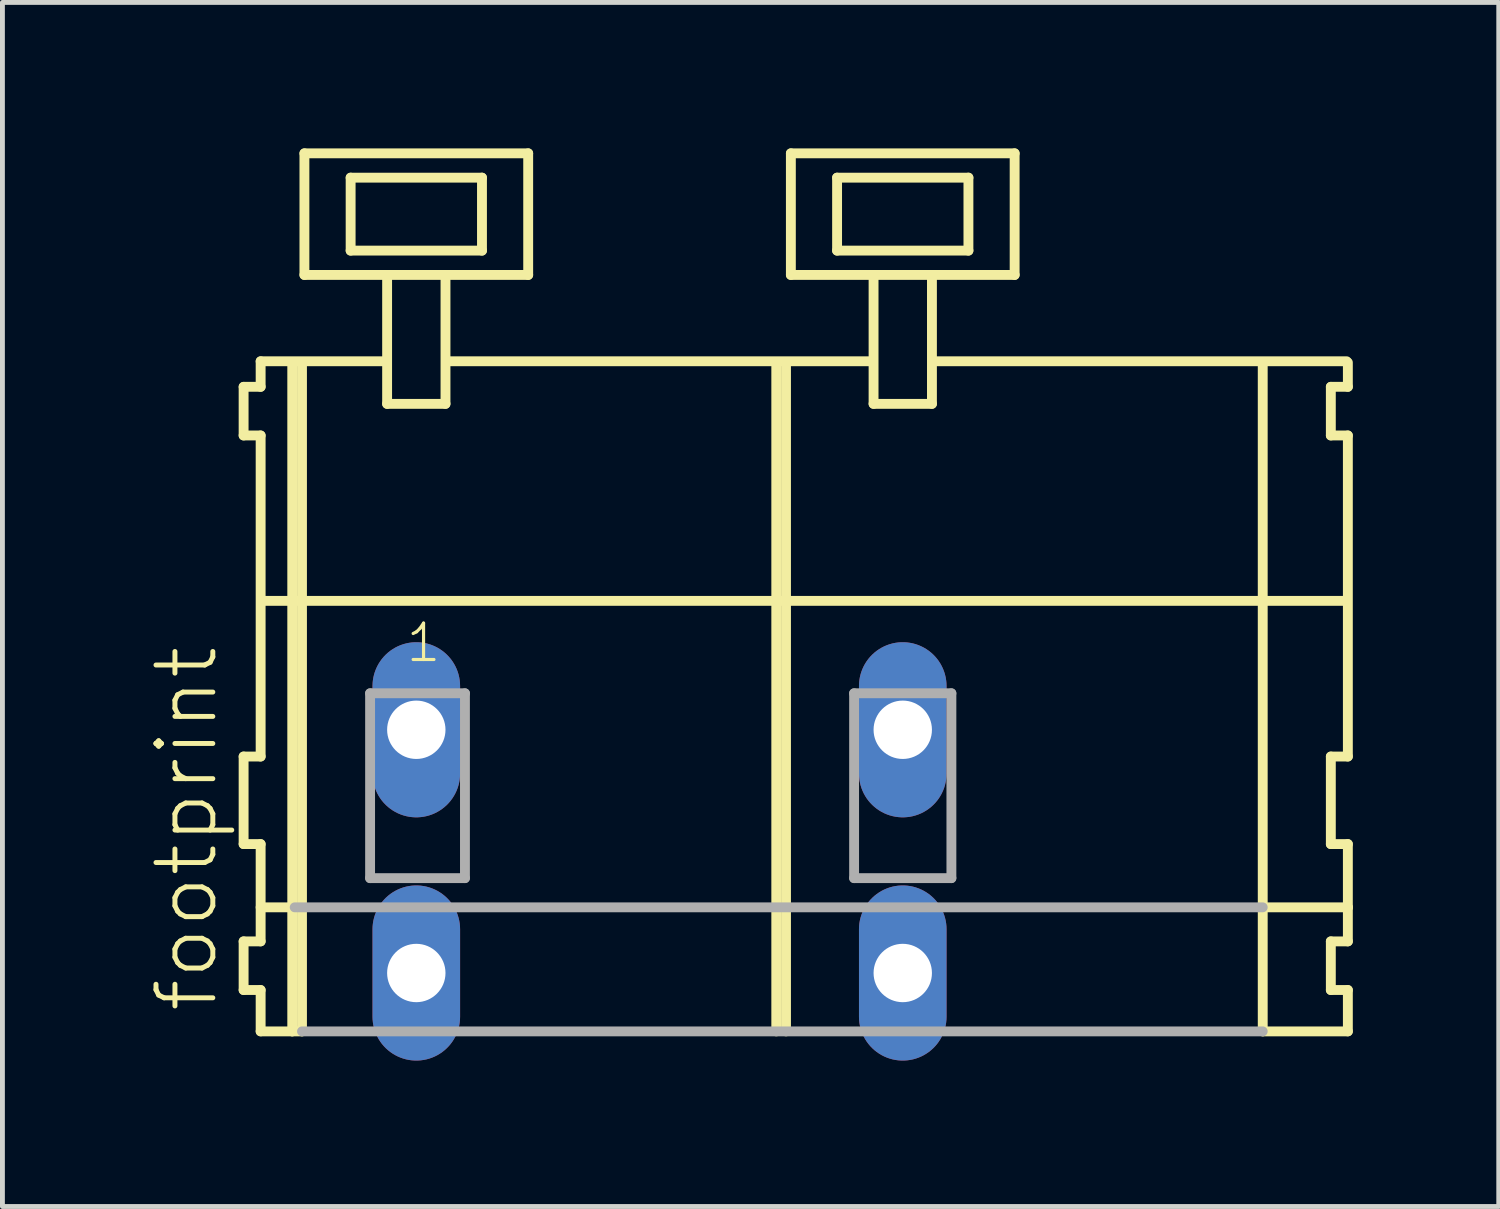
<source format=kicad_pcb>
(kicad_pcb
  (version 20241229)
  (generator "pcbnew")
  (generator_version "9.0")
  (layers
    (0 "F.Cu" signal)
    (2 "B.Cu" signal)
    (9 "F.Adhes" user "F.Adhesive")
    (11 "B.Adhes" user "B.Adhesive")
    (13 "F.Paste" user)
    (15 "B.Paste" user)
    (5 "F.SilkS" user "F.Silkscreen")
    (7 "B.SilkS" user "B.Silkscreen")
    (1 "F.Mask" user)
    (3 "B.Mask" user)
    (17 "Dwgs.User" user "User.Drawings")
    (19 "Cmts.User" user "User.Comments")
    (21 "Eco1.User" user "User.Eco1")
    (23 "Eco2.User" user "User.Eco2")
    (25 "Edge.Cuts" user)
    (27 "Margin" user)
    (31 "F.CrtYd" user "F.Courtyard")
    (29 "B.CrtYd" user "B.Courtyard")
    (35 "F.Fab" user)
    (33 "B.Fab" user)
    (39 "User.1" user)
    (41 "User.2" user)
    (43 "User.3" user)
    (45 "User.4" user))
  (footprint "footprint"
    (layer "F.Cu")
    (at 13.008 11.952)
    (property "Reference" "footprint" (at -11.535 5.855 90) (layer "F.SilkS") (effects (font (size 1.168 1.168) (thickness 0.102)) (justify left bottom)))
    (fp_line (start -11.05 -7.05) (end -11.05 -6.05) (stroke (width 0.203) (type solid)) (layer "F.SilkS"))
    (fp_line (start -11.05 -6.05) (end -10.7 -6.05) (stroke (width 0.203) (type solid)) (layer "F.SilkS"))
    (fp_line (start -11.05 0.55) (end -11.05 2.35) (stroke (width 0.203) (type solid)) (layer "F.SilkS"))
    (fp_line (start -11.05 2.35) (end -10.7 2.35) (stroke (width 0.203) (type solid)) (layer "F.SilkS"))
    (fp_line (start -11.05 4.35) (end -11.05 5.35) (stroke (width 0.203) (type solid)) (layer "F.SilkS"))
    (fp_line (start -11.05 5.35) (end -10.7 5.35) (stroke (width 0.203) (type solid)) (layer "F.SilkS"))
    (fp_line (start -10.7 -7.575) (end -10.7 -7.05) (stroke (width 0.203) (type solid)) (layer "F.SilkS"))
    (fp_line (start -10.7 -7.575) (end -8.125 -7.575) (stroke (width 0.203) (type solid)) (layer "F.SilkS"))
    (fp_line (start -10.7 -7.05) (end -11.05 -7.05) (stroke (width 0.203) (type solid)) (layer "F.SilkS"))
    (fp_line (start -10.7 -6.05) (end -10.7 0.55) (stroke (width 0.203) (type solid)) (layer "F.SilkS"))
    (fp_line (start -10.7 0.55) (end -11.05 0.55) (stroke (width 0.203) (type solid)) (layer "F.SilkS"))
    (fp_line (start -10.7 2.35) (end -10.7 4.35) (stroke (width 0.203) (type solid)) (layer "F.SilkS"))
    (fp_line (start -10.7 3.65) (end -10 3.65) (stroke (width 0.203) (type solid)) (layer "F.SilkS"))
    (fp_line (start -10.7 4.35) (end -11.05 4.35) (stroke (width 0.203) (type solid)) (layer "F.SilkS"))
    (fp_line (start -10.7 5.35) (end -10.7 6.2) (stroke (width 0.203) (type solid)) (layer "F.SilkS"))
    (fp_line (start -10.7 6.2) (end -10.05 6.2) (stroke (width 0.203) (type solid)) (layer "F.SilkS"))
    (fp_line (start -10.65 -2.65) (end 11.6 -2.65) (stroke (width 0.203) (type solid)) (layer "F.SilkS"))
    (fp_line (start -10.05 -7.55) (end -10.05 6.2) (stroke (width 0.203) (type solid)) (layer "F.SilkS"))
    (fp_line (start -10.05 6.2) (end -9.85 6.2) (stroke (width 0.203) (type solid)) (layer "F.SilkS"))
    (fp_line (start -9.85 -7.55) (end -9.85 6.2) (stroke (width 0.203) (type solid)) (layer "F.SilkS"))
    (fp_line (start -9.8 -11.85) (end -9.8 -9.35) (stroke (width 0.203) (type solid)) (layer "F.SilkS"))
    (fp_line (start -9.8 -9.35) (end -8.1 -9.35) (stroke (width 0.203) (type solid)) (layer "F.SilkS"))
    (fp_line (start -8.85 -11.35) (end -8.85 -9.85) (stroke (width 0.203) (type solid)) (layer "F.SilkS"))
    (fp_line (start -8.85 -9.85) (end -6.15 -9.85) (stroke (width 0.203) (type solid)) (layer "F.SilkS"))
    (fp_line (start -8.1 -9.35) (end -8.1 -6.7) (stroke (width 0.203) (type solid)) (layer "F.SilkS"))
    (fp_line (start -8.1 -9.35) (end -6.9 -9.35) (stroke (width 0.203) (type solid)) (layer "F.SilkS"))
    (fp_line (start -8.1 -6.7) (end -6.9 -6.7) (stroke (width 0.203) (type solid)) (layer "F.SilkS"))
    (fp_line (start -6.9 -9.35) (end -5.2 -9.35) (stroke (width 0.203) (type solid)) (layer "F.SilkS"))
    (fp_line (start -6.9 -6.7) (end -6.9 -9.35) (stroke (width 0.203) (type solid)) (layer "F.SilkS"))
    (fp_line (start -6.825 -7.575) (end 1.875 -7.575) (stroke (width 0.203) (type solid)) (layer "F.SilkS"))
    (fp_line (start -6.15 -11.35) (end -8.85 -11.35) (stroke (width 0.203) (type solid)) (layer "F.SilkS"))
    (fp_line (start -6.15 -9.85) (end -6.15 -11.35) (stroke (width 0.203) (type solid)) (layer "F.SilkS"))
    (fp_line (start -5.2 -11.85) (end -9.8 -11.85) (stroke (width 0.203) (type solid)) (layer "F.SilkS"))
    (fp_line (start -5.2 -9.35) (end -5.2 -11.85) (stroke (width 0.203) (type solid)) (layer "F.SilkS"))
    (fp_line (start -0.1 -7.55) (end -0.1 6.2) (stroke (width 0.203) (type solid)) (layer "F.SilkS"))
    (fp_line (start 0.1 -7.55) (end 0.1 6.2) (stroke (width 0.203) (type solid)) (layer "F.SilkS"))
    (fp_line (start 0.2 -11.85) (end 0.2 -9.35) (stroke (width 0.203) (type solid)) (layer "F.SilkS"))
    (fp_line (start 0.2 -9.35) (end 1.9 -9.35) (stroke (width 0.203) (type solid)) (layer "F.SilkS"))
    (fp_line (start 1.15 -11.35) (end 1.15 -9.85) (stroke (width 0.203) (type solid)) (layer "F.SilkS"))
    (fp_line (start 1.15 -9.85) (end 3.85 -9.85) (stroke (width 0.203) (type solid)) (layer "F.SilkS"))
    (fp_line (start 1.9 -9.35) (end 1.9 -6.7) (stroke (width 0.203) (type solid)) (layer "F.SilkS"))
    (fp_line (start 1.9 -9.35) (end 3.1 -9.35) (stroke (width 0.203) (type solid)) (layer "F.SilkS"))
    (fp_line (start 1.9 -6.7) (end 3.1 -6.7) (stroke (width 0.203) (type solid)) (layer "F.SilkS"))
    (fp_line (start 3.1 -9.35) (end 4.8 -9.35) (stroke (width 0.203) (type solid)) (layer "F.SilkS"))
    (fp_line (start 3.1 -6.7) (end 3.1 -9.35) (stroke (width 0.203) (type solid)) (layer "F.SilkS"))
    (fp_line (start 3.125 -7.575) (end 11.625 -7.575) (stroke (width 0.203) (type solid)) (layer "F.SilkS"))
    (fp_line (start 3.85 -11.35) (end 1.15 -11.35) (stroke (width 0.203) (type solid)) (layer "F.SilkS"))
    (fp_line (start 3.85 -9.85) (end 3.85 -11.35) (stroke (width 0.203) (type solid)) (layer "F.SilkS"))
    (fp_line (start 4.8 -11.85) (end 0.2 -11.85) (stroke (width 0.203) (type solid)) (layer "F.SilkS"))
    (fp_line (start 4.8 -9.35) (end 4.8 -11.85) (stroke (width 0.203) (type solid)) (layer "F.SilkS"))
    (fp_line (start 9.9 -7.55) (end 9.9 6.2) (stroke (width 0.203) (type solid)) (layer "F.SilkS"))
    (fp_line (start 9.9 6.2) (end 11.65 6.2) (stroke (width 0.203) (type solid)) (layer "F.SilkS"))
    (fp_line (start 9.95 3.65) (end 11.65 3.65) (stroke (width 0.203) (type solid)) (layer "F.SilkS"))
    (fp_line (start 11.3 -7.05) (end 11.3 -6.05) (stroke (width 0.203) (type solid)) (layer "F.SilkS"))
    (fp_line (start 11.3 -6.05) (end 11.65 -6.05) (stroke (width 0.203) (type solid)) (layer "F.SilkS"))
    (fp_line (start 11.3 0.55) (end 11.3 2.35) (stroke (width 0.203) (type solid)) (layer "F.SilkS"))
    (fp_line (start 11.3 2.35) (end 11.65 2.35) (stroke (width 0.203) (type solid)) (layer "F.SilkS"))
    (fp_line (start 11.3 4.35) (end 11.3 5.35) (stroke (width 0.203) (type solid)) (layer "F.SilkS"))
    (fp_line (start 11.3 5.35) (end 11.65 5.35) (stroke (width 0.203) (type solid)) (layer "F.SilkS"))
    (fp_line (start 11.65 -7.05) (end 11.3 -7.05) (stroke (width 0.203) (type solid)) (layer "F.SilkS"))
    (fp_line (start 11.65 -7.05) (end 11.65 -7.55) (stroke (width 0.203) (type solid)) (layer "F.SilkS"))
    (fp_line (start 11.65 0.55) (end 11.3 0.55) (stroke (width 0.203) (type solid)) (layer "F.SilkS"))
    (fp_line (start 11.65 0.55) (end 11.65 -6.05) (stroke (width 0.203) (type solid)) (layer "F.SilkS"))
    (fp_line (start 11.65 3.65) (end 11.65 2.35) (stroke (width 0.203) (type solid)) (layer "F.SilkS"))
    (fp_line (start 11.65 4.35) (end 11.3 4.35) (stroke (width 0.203) (type solid)) (layer "F.SilkS"))
    (fp_line (start 11.65 4.35) (end 11.65 3.65) (stroke (width 0.203) (type solid)) (layer "F.SilkS"))
    (fp_line (start 11.65 6.2) (end 11.65 5.35) (stroke (width 0.203) (type solid)) (layer "F.SilkS"))
    (fp_line (start -10 3.65) (end 9.9 3.65) (stroke (width 0.203) (type solid)) (layer "F.Fab"))
    (fp_line (start -9.85 6.2) (end 9.9 6.2) (stroke (width 0.203) (type solid)) (layer "F.Fab"))
    (fp_line (start -8.45 -0.75) (end -8.45 3.05) (stroke (width 0.203) (type solid)) (layer "F.Fab"))
    (fp_line (start -8.45 3.05) (end -6.5 3.05) (stroke (width 0.203) (type solid)) (layer "F.Fab"))
    (fp_line (start -6.5 -0.75) (end -8.45 -0.75) (stroke (width 0.203) (type solid)) (layer "F.Fab"))
    (fp_line (start -6.5 3.05) (end -6.5 -0.75) (stroke (width 0.203) (type solid)) (layer "F.Fab"))
    (fp_line (start 1.5 -0.75) (end 1.5 3.05) (stroke (width 0.203) (type solid)) (layer "F.Fab"))
    (fp_line (start 1.5 3.05) (end 3.5 3.05) (stroke (width 0.203) (type solid)) (layer "F.Fab"))
    (fp_line (start 3.5 -0.75) (end 1.5 -0.75) (stroke (width 0.203) (type solid)) (layer "F.Fab"))
    (fp_line (start 3.5 3.05) (end 3.5 -0.75) (stroke (width 0.203) (type solid)) (layer "F.Fab"))
    (fp_text user "1" (at -7.75 -1.35 0) (layer "F.SilkS") (effects (font (size 0.748 0.748) (thickness 0.065)) (justify left bottom)))
    (pad "A1" thru_hole oval (at -7.5 0 90) (size 3.6 1.8) (drill 1.2) (layers "*.Cu" "*.Mask"))
    (pad "A2" thru_hole oval (at 2.5 0 90) (size 3.6 1.8) (drill 1.2) (layers "*.Cu" "*.Mask"))
    (pad "B1" thru_hole oval (at -7.5 5 90) (size 3.6 1.8) (drill 1.2) (layers "*.Cu" "*.Mask"))
    (pad "B2" thru_hole oval (at 2.5 5 90) (size 3.6 1.8) (drill 1.2) (layers "*.Cu" "*.Mask")))
  (gr_rect
    (start -3 -3)
    (end 27.76 21.752)
    (stroke (width 0.1) (type default))
    (fill no)
    (layer "Edge.Cuts")))
</source>
